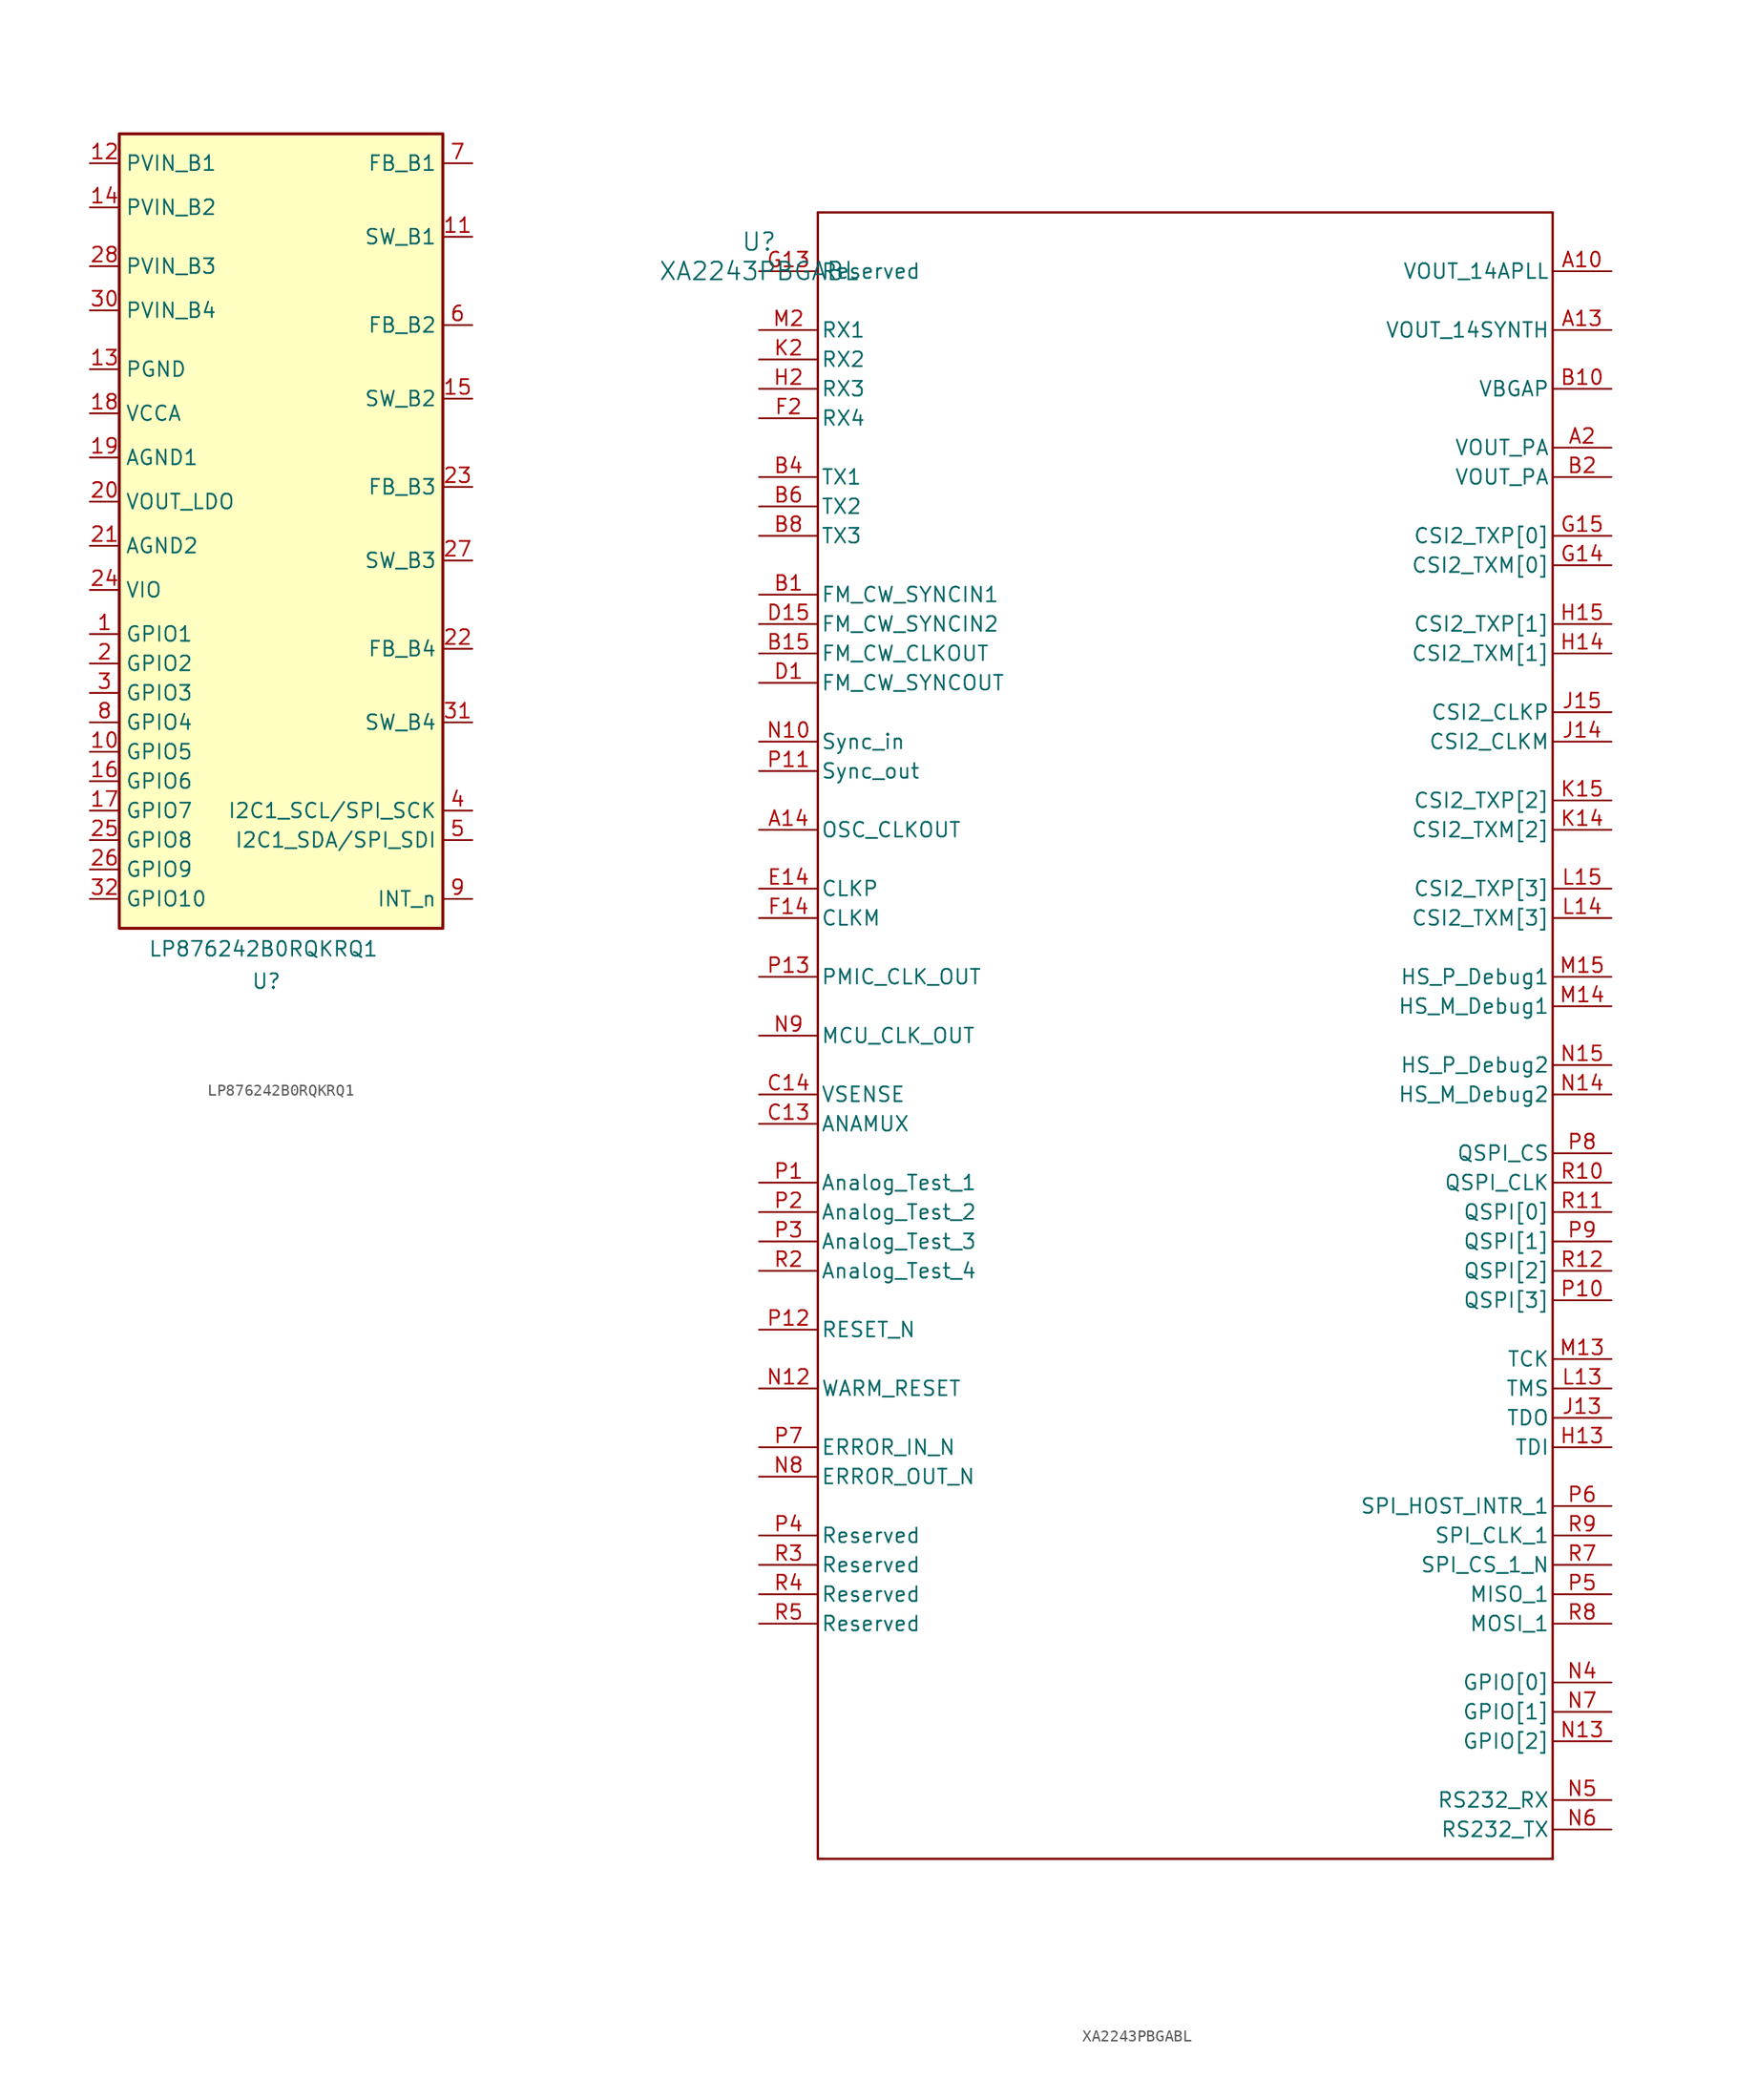
<source format=kicad_sym>
(kicad_symbol_lib
  (version 20231120)
  (generator "kicad_symbol_editor")
  (generator_version "8.0")
  (symbol "LP876242B0RQKRQ1"
    (property "Reference" "U"
      (at 0 -9.652 0)
      (effects (font (size 1.27 1.27))))
    (property "Value" "LP876242B0RQKRQ1"
      (at -0.254 -6.858 0)
      (effects (font (size 1.27 1.27))))
    (symbol "LP876242B0RQKRQ1_1_1"
      (rectangle (start -12.7 63.5) (end 15.24 -5.08) (stroke (width 0.254) (type default) (color 132 0 0 1)) (fill (type background)))
      (pin bidirectional line (at -15.24 20.32 0) (length 2.54) (name "GPIO1" (effects (font (size 1.27 1.27)))) (number "1" (effects (font (size 1.27 1.27)))))
      (pin bidirectional line (at -15.24 10.16 0) (length 2.54) (name "GPIO5" (effects (font (size 1.27 1.27)))) (number "10" (effects (font (size 1.27 1.27)))))
      (pin passive line (at 17.78 54.61 180) (length 2.54) (name "SW_B1" (effects (font (size 1.27 1.27)))) (number "11" (effects (font (size 1.27 1.27)))))
      (pin power_in line (at -15.24 60.96 0) (length 2.54) (name "PVIN_B1" (effects (font (size 1.27 1.27)))) (number "12" (effects (font (size 1.27 1.27)))))
      (pin power_in line (at -15.24 43.18 0) (length 2.54) (name "PGND" (effects (font (size 1.27 1.27)))) (number "13" (effects (font (size 1.27 1.27)))))
      (pin power_in line (at -15.24 57.15 0) (length 2.54) (name "PVIN_B2" (effects (font (size 1.27 1.27)))) (number "14" (effects (font (size 1.27 1.27)))))
      (pin passive line (at 17.78 40.64 180) (length 2.54) (name "SW_B2" (effects (font (size 1.27 1.27)))) (number "15" (effects (font (size 1.27 1.27)))))
      (pin bidirectional line (at -15.24 7.62 0) (length 2.54) (name "GPIO6" (effects (font (size 1.27 1.27)))) (number "16" (effects (font (size 1.27 1.27)))))
      (pin bidirectional line (at -15.24 5.08 0) (length 2.54) (name "GPIO7" (effects (font (size 1.27 1.27)))) (number "17" (effects (font (size 1.27 1.27)))))
      (pin power_in line (at -15.24 39.37 0) (length 2.54) (name "VCCA" (effects (font (size 1.27 1.27)))) (number "18" (effects (font (size 1.27 1.27)))))
      (pin power_in line (at -15.24 35.56 0) (length 2.54) (name "AGND1" (effects (font (size 1.27 1.27)))) (number "19" (effects (font (size 1.27 1.27)))))
      (pin bidirectional line (at -15.24 17.78 0) (length 2.54) (name "GPIO2" (effects (font (size 1.27 1.27)))) (number "2" (effects (font (size 1.27 1.27)))))
      (pin power_in line (at -15.24 31.75 0) (length 2.54) (name "VOUT_LDO" (effects (font (size 1.27 1.27)))) (number "20" (effects (font (size 1.27 1.27)))))
      (pin power_in line (at -15.24 27.94 0) (length 2.54) (name "AGND2" (effects (font (size 1.27 1.27)))) (number "21" (effects (font (size 1.27 1.27)))))
      (pin passive line (at 17.78 19.05 180) (length 2.54) (name "FB_B4" (effects (font (size 1.27 1.27)))) (number "22" (effects (font (size 1.27 1.27)))))
      (pin passive line (at 17.78 33.02 180) (length 2.54) (name "FB_B3" (effects (font (size 1.27 1.27)))) (number "23" (effects (font (size 1.27 1.27)))))
      (pin power_in line (at -15.24 24.13 0) (length 2.54) (name "VIO" (effects (font (size 1.27 1.27)))) (number "24" (effects (font (size 1.27 1.27)))))
      (pin bidirectional line (at -15.24 2.54 0) (length 2.54) (name "GPIO8" (effects (font (size 1.27 1.27)))) (number "25" (effects (font (size 1.27 1.27)))))
      (pin bidirectional line (at -15.24 0 0) (length 2.54) (name "GPIO9" (effects (font (size 1.27 1.27)))) (number "26" (effects (font (size 1.27 1.27)))))
      (pin passive line (at 17.78 26.67 180) (length 2.54) (name "SW_B3" (effects (font (size 1.27 1.27)))) (number "27" (effects (font (size 1.27 1.27)))))
      (pin power_in line (at -15.24 52.07 0) (length 2.54) (name "PVIN_B3" (effects (font (size 1.27 1.27)))) (number "28" (effects (font (size 1.27 1.27)))))
      (pin bidirectional line (at -15.24 15.24 0) (length 2.54) (name "GPIO3" (effects (font (size 1.27 1.27)))) (number "3" (effects (font (size 1.27 1.27)))))
      (pin power_in line (at -15.24 48.26 0) (length 2.54) (name "PVIN_B4" (effects (font (size 1.27 1.27)))) (number "30" (effects (font (size 1.27 1.27)))))
      (pin passive line (at 17.78 12.7 180) (length 2.54) (name "SW_B4" (effects (font (size 1.27 1.27)))) (number "31" (effects (font (size 1.27 1.27)))))
      (pin bidirectional line (at -15.24 -2.54 0) (length 2.54) (name "GPIO10" (effects (font (size 1.27 1.27)))) (number "32" (effects (font (size 1.27 1.27)))))
      (pin input line (at 17.78 5.08 180) (length 2.54) (name "I2C1_SCL/SPI_SCK" (effects (font (size 1.27 1.27)))) (number "4" (effects (font (size 1.27 1.27)))))
      (pin bidirectional line (at 17.78 2.54 180) (length 2.54) (name "I2C1_SDA/SPI_SDI" (effects (font (size 1.27 1.27)))) (number "5" (effects (font (size 1.27 1.27)))))
      (pin passive line (at 17.78 46.99 180) (length 2.54) (name "FB_B2" (effects (font (size 1.27 1.27)))) (number "6" (effects (font (size 1.27 1.27)))))
      (pin passive line (at 17.78 60.96 180) (length 2.54) (name "FB_B1" (effects (font (size 1.27 1.27)))) (number "7" (effects (font (size 1.27 1.27)))))
      (pin bidirectional line (at -15.24 12.7 0) (length 2.54) (name "GPIO4" (effects (font (size 1.27 1.27)))) (number "8" (effects (font (size 1.27 1.27)))))
      (pin passive line (at 17.78 -2.54 180) (length 2.54) (name "INT_n" (effects (font (size 1.27 1.27)))) (number "9" (effects (font (size 1.27 1.27)))))))
  (symbol "XA2243PBGABL"
    (pin_names
      (offset 0.254))
    (property "Reference" "U"
      (at 0 2.54 0)
      (effects (font (size 1.524 1.524))))
    (property "Value" "XA2243PBGABL"
      (at 0 0 0)
      (effects (font (size 1.524 1.524))))
    (property "ki_locked" ""
      (at 0 0 0)
      (effects (font (size 1.27 1.27))))
    (symbol "XA2243PBGABL_1_1"
      (polyline (pts (xy 5.08 -137.16) (xy 68.58 -137.16)) (stroke (width 0.203) (type default)) (fill (type none)))
      (polyline (pts (xy 5.08 5.08) (xy 5.08 -137.16)) (stroke (width 0.203) (type default)) (fill (type none)))
      (polyline (pts (xy 68.58 -137.16) (xy 68.58 5.08)) (stroke (width 0.203) (type default)) (fill (type none)))
      (polyline (pts (xy 68.58 5.08) (xy 5.08 5.08)) (stroke (width 0.203) (type default)) (fill (type none)))
      (pin unspecified line (at 73.66 0 180) (length 5.08) (name "VOUT_14APLL" (effects (font (size 1.27 1.27)))) (number "A10" (effects (font (size 1.27 1.27)))))
      (pin unspecified line (at 73.66 -5.08 180) (length 5.08) (name "VOUT_14SYNTH" (effects (font (size 1.27 1.27)))) (number "A13" (effects (font (size 1.27 1.27)))))
      (pin output line (at 0 -48.26 0) (length 5.08) (name "OSC_CLKOUT" (effects (font (size 1.27 1.27)))) (number "A14" (effects (font (size 1.27 1.27)))))
      (pin power_in line (at 73.66 -15.24 180) (length 5.08) (name "VOUT_PA" (effects (font (size 1.27 1.27)))) (number "A2" (effects (font (size 1.27 1.27)))))
      (pin input line (at 0 -27.94 0) (length 5.08) (name "FM_CW_SYNCIN1" (effects (font (size 1.27 1.27)))) (number "B1" (effects (font (size 1.27 1.27)))))
      (pin unspecified line (at 73.66 -10.16 180) (length 5.08) (name "VBGAP" (effects (font (size 1.27 1.27)))) (number "B10" (effects (font (size 1.27 1.27)))))
      (pin output line (at 0 -33.02 0) (length 5.08) (name "FM_CW_CLKOUT" (effects (font (size 1.27 1.27)))) (number "B15" (effects (font (size 1.27 1.27)))))
      (pin power_in line (at 73.66 -17.78 180) (length 5.08) (name "VOUT_PA" (effects (font (size 1.27 1.27)))) (number "B2" (effects (font (size 1.27 1.27)))))
      (pin unspecified line (at 0 -17.78 0) (length 5.08) (name "TX1" (effects (font (size 1.27 1.27)))) (number "B4" (effects (font (size 1.27 1.27)))))
      (pin unspecified line (at 0 -20.32 0) (length 5.08) (name "TX2" (effects (font (size 1.27 1.27)))) (number "B6" (effects (font (size 1.27 1.27)))))
      (pin unspecified line (at 0 -22.86 0) (length 5.08) (name "TX3" (effects (font (size 1.27 1.27)))) (number "B8" (effects (font (size 1.27 1.27)))))
      (pin unspecified line (at 0 -73.66 0) (length 5.08) (name "ANAMUX" (effects (font (size 1.27 1.27)))) (number "C13" (effects (font (size 1.27 1.27)))))
      (pin unspecified line (at 0 -71.12 0) (length 5.08) (name "VSENSE" (effects (font (size 1.27 1.27)))) (number "C14" (effects (font (size 1.27 1.27)))))
      (pin output line (at 0 -35.56 0) (length 5.08) (name "FM_CW_SYNCOUT" (effects (font (size 1.27 1.27)))) (number "D1" (effects (font (size 1.27 1.27)))))
      (pin input line (at 0 -30.48 0) (length 5.08) (name "FM_CW_SYNCIN2" (effects (font (size 1.27 1.27)))) (number "D15" (effects (font (size 1.27 1.27)))))
      (pin input line (at 0 -53.34 0) (length 5.08) (name "CLKP" (effects (font (size 1.27 1.27)))) (number "E14" (effects (font (size 1.27 1.27)))))
      (pin output line (at 0 -55.88 0) (length 5.08) (name "CLKM" (effects (font (size 1.27 1.27)))) (number "F14" (effects (font (size 1.27 1.27)))))
      (pin unspecified line (at 0 -12.7 0) (length 5.08) (name "RX4" (effects (font (size 1.27 1.27)))) (number "F2" (effects (font (size 1.27 1.27)))))
      (pin unspecified line (at 0 0 0) (length 5.08) (name "Reserved" (effects (font (size 1.27 1.27)))) (number "G13" (effects (font (size 1.27 1.27)))))
      (pin output line (at 73.66 -25.4 180) (length 5.08) (name "CSI2_TXM[0]" (effects (font (size 1.27 1.27)))) (number "G14" (effects (font (size 1.27 1.27)))))
      (pin output line (at 73.66 -22.86 180) (length 5.08) (name "CSI2_TXP[0]" (effects (font (size 1.27 1.27)))) (number "G15" (effects (font (size 1.27 1.27)))))
      (pin input line (at 73.66 -101.6 180) (length 5.08) (name "TDI" (effects (font (size 1.27 1.27)))) (number "H13" (effects (font (size 1.27 1.27)))))
      (pin output line (at 73.66 -33.02 180) (length 5.08) (name "CSI2_TXM[1]" (effects (font (size 1.27 1.27)))) (number "H14" (effects (font (size 1.27 1.27)))))
      (pin output line (at 73.66 -30.48 180) (length 5.08) (name "CSI2_TXP[1]" (effects (font (size 1.27 1.27)))) (number "H15" (effects (font (size 1.27 1.27)))))
      (pin unspecified line (at 0 -10.16 0) (length 5.08) (name "RX3" (effects (font (size 1.27 1.27)))) (number "H2" (effects (font (size 1.27 1.27)))))
      (pin output line (at 73.66 -99.06 180) (length 5.08) (name "TDO" (effects (font (size 1.27 1.27)))) (number "J13" (effects (font (size 1.27 1.27)))))
      (pin output line (at 73.66 -40.64 180) (length 5.08) (name "CSI2_CLKM" (effects (font (size 1.27 1.27)))) (number "J14" (effects (font (size 1.27 1.27)))))
      (pin output line (at 73.66 -38.1 180) (length 5.08) (name "CSI2_CLKP" (effects (font (size 1.27 1.27)))) (number "J15" (effects (font (size 1.27 1.27)))))
      (pin output line (at 73.66 -48.26 180) (length 5.08) (name "CSI2_TXM[2]" (effects (font (size 1.27 1.27)))) (number "K14" (effects (font (size 1.27 1.27)))))
      (pin output line (at 73.66 -45.72 180) (length 5.08) (name "CSI2_TXP[2]" (effects (font (size 1.27 1.27)))) (number "K15" (effects (font (size 1.27 1.27)))))
      (pin unspecified line (at 0 -7.62 0) (length 5.08) (name "RX2" (effects (font (size 1.27 1.27)))) (number "K2" (effects (font (size 1.27 1.27)))))
      (pin input line (at 73.66 -96.52 180) (length 5.08) (name "TMS" (effects (font (size 1.27 1.27)))) (number "L13" (effects (font (size 1.27 1.27)))))
      (pin output line (at 73.66 -55.88 180) (length 5.08) (name "CSI2_TXM[3]" (effects (font (size 1.27 1.27)))) (number "L14" (effects (font (size 1.27 1.27)))))
      (pin output line (at 73.66 -53.34 180) (length 5.08) (name "CSI2_TXP[3]" (effects (font (size 1.27 1.27)))) (number "L15" (effects (font (size 1.27 1.27)))))
      (pin input line (at 73.66 -93.98 180) (length 5.08) (name "TCK" (effects (font (size 1.27 1.27)))) (number "M13" (effects (font (size 1.27 1.27)))))
      (pin output line (at 73.66 -63.5 180) (length 5.08) (name "HS_M_Debug1" (effects (font (size 1.27 1.27)))) (number "M14" (effects (font (size 1.27 1.27)))))
      (pin output line (at 73.66 -60.96 180) (length 5.08) (name "HS_P_Debug1" (effects (font (size 1.27 1.27)))) (number "M15" (effects (font (size 1.27 1.27)))))
      (pin unspecified line (at 0 -5.08 0) (length 5.08) (name "RX1" (effects (font (size 1.27 1.27)))) (number "M2" (effects (font (size 1.27 1.27)))))
      (pin input line (at 0 -40.64 0) (length 5.08) (name "Sync_in" (effects (font (size 1.27 1.27)))) (number "N10" (effects (font (size 1.27 1.27)))))
      (pin bidirectional line (at 0 -96.52 0) (length 5.08) (name "WARM_RESET" (effects (font (size 1.27 1.27)))) (number "N12" (effects (font (size 1.27 1.27)))))
      (pin bidirectional line (at 73.66 -127 180) (length 5.08) (name "GPIO[2]" (effects (font (size 1.27 1.27)))) (number "N13" (effects (font (size 1.27 1.27)))))
      (pin output line (at 73.66 -71.12 180) (length 5.08) (name "HS_M_Debug2" (effects (font (size 1.27 1.27)))) (number "N14" (effects (font (size 1.27 1.27)))))
      (pin output line (at 73.66 -68.58 180) (length 5.08) (name "HS_P_Debug2" (effects (font (size 1.27 1.27)))) (number "N15" (effects (font (size 1.27 1.27)))))
      (pin bidirectional line (at 73.66 -121.92 180) (length 5.08) (name "GPIO[0]" (effects (font (size 1.27 1.27)))) (number "N4" (effects (font (size 1.27 1.27)))))
      (pin input line (at 73.66 -132.08 180) (length 5.08) (name "RS232_RX" (effects (font (size 1.27 1.27)))) (number "N5" (effects (font (size 1.27 1.27)))))
      (pin output line (at 73.66 -134.62 180) (length 5.08) (name "RS232_TX" (effects (font (size 1.27 1.27)))) (number "N6" (effects (font (size 1.27 1.27)))))
      (pin bidirectional line (at 73.66 -124.46 180) (length 5.08) (name "GPIO[1]" (effects (font (size 1.27 1.27)))) (number "N7" (effects (font (size 1.27 1.27)))))
      (pin open_collector line (at 0 -104.14 0) (length 5.08) (name "ERROR_OUT_N" (effects (font (size 1.27 1.27)))) (number "N8" (effects (font (size 1.27 1.27)))))
      (pin output line (at 0 -66.04 0) (length 5.08) (name "MCU_CLK_OUT" (effects (font (size 1.27 1.27)))) (number "N9" (effects (font (size 1.27 1.27)))))
      (pin unspecified line (at 0 -78.74 0) (length 5.08) (name "Analog_Test_1" (effects (font (size 1.27 1.27)))) (number "P1" (effects (font (size 1.27 1.27)))))
      (pin bidirectional line (at 73.66 -88.9 180) (length 5.08) (name "QSPI[3]" (effects (font (size 1.27 1.27)))) (number "P10" (effects (font (size 1.27 1.27)))))
      (pin output line (at 0 -43.18 0) (length 5.08) (name "Sync_out" (effects (font (size 1.27 1.27)))) (number "P11" (effects (font (size 1.27 1.27)))))
      (pin input line (at 0 -91.44 0) (length 5.08) (name "RESET_N" (effects (font (size 1.27 1.27)))) (number "P12" (effects (font (size 1.27 1.27)))))
      (pin output line (at 0 -60.96 0) (length 5.08) (name "PMIC_CLK_OUT" (effects (font (size 1.27 1.27)))) (number "P13" (effects (font (size 1.27 1.27)))))
      (pin unspecified line (at 0 -81.28 0) (length 5.08) (name "Analog_Test_2" (effects (font (size 1.27 1.27)))) (number "P2" (effects (font (size 1.27 1.27)))))
      (pin unspecified line (at 0 -83.82 0) (length 5.08) (name "Analog_Test_3" (effects (font (size 1.27 1.27)))) (number "P3" (effects (font (size 1.27 1.27)))))
      (pin unspecified line (at 0 -109.22 0) (length 5.08) (name "Reserved" (effects (font (size 1.27 1.27)))) (number "P4" (effects (font (size 1.27 1.27)))))
      (pin output line (at 73.66 -114.3 180) (length 5.08) (name "MISO_1" (effects (font (size 1.27 1.27)))) (number "P5" (effects (font (size 1.27 1.27)))))
      (pin output line (at 73.66 -106.68 180) (length 5.08) (name "SPI_HOST_INTR_1" (effects (font (size 1.27 1.27)))) (number "P6" (effects (font (size 1.27 1.27)))))
      (pin open_collector line (at 0 -101.6 0) (length 5.08) (name "ERROR_IN_N" (effects (font (size 1.27 1.27)))) (number "P7" (effects (font (size 1.27 1.27)))))
      (pin output line (at 73.66 -76.2 180) (length 5.08) (name "QSPI_CS" (effects (font (size 1.27 1.27)))) (number "P8" (effects (font (size 1.27 1.27)))))
      (pin bidirectional line (at 73.66 -83.82 180) (length 5.08) (name "QSPI[1]" (effects (font (size 1.27 1.27)))) (number "P9" (effects (font (size 1.27 1.27)))))
      (pin output line (at 73.66 -78.74 180) (length 5.08) (name "QSPI_CLK" (effects (font (size 1.27 1.27)))) (number "R10" (effects (font (size 1.27 1.27)))))
      (pin bidirectional line (at 73.66 -81.28 180) (length 5.08) (name "QSPI[0]" (effects (font (size 1.27 1.27)))) (number "R11" (effects (font (size 1.27 1.27)))))
      (pin bidirectional line (at 73.66 -86.36 180) (length 5.08) (name "QSPI[2]" (effects (font (size 1.27 1.27)))) (number "R12" (effects (font (size 1.27 1.27)))))
      (pin unspecified line (at 0 -86.36 0) (length 5.08) (name "Analog_Test_4" (effects (font (size 1.27 1.27)))) (number "R2" (effects (font (size 1.27 1.27)))))
      (pin unspecified line (at 0 -111.76 0) (length 5.08) (name "Reserved" (effects (font (size 1.27 1.27)))) (number "R3" (effects (font (size 1.27 1.27)))))
      (pin unspecified line (at 0 -114.3 0) (length 5.08) (name "Reserved" (effects (font (size 1.27 1.27)))) (number "R4" (effects (font (size 1.27 1.27)))))
      (pin unspecified line (at 0 -116.84 0) (length 5.08) (name "Reserved" (effects (font (size 1.27 1.27)))) (number "R5" (effects (font (size 1.27 1.27)))))
      (pin input line (at 73.66 -111.76 180) (length 5.08) (name "SPI_CS_1_N" (effects (font (size 1.27 1.27)))) (number "R7" (effects (font (size 1.27 1.27)))))
      (pin input line (at 73.66 -116.84 180) (length 5.08) (name "MOSI_1" (effects (font (size 1.27 1.27)))) (number "R8" (effects (font (size 1.27 1.27)))))
      (pin input line (at 73.66 -109.22 180) (length 5.08) (name "SPI_CLK_1" (effects (font (size 1.27 1.27)))) (number "R9" (effects (font (size 1.27 1.27))))))))
</source>
